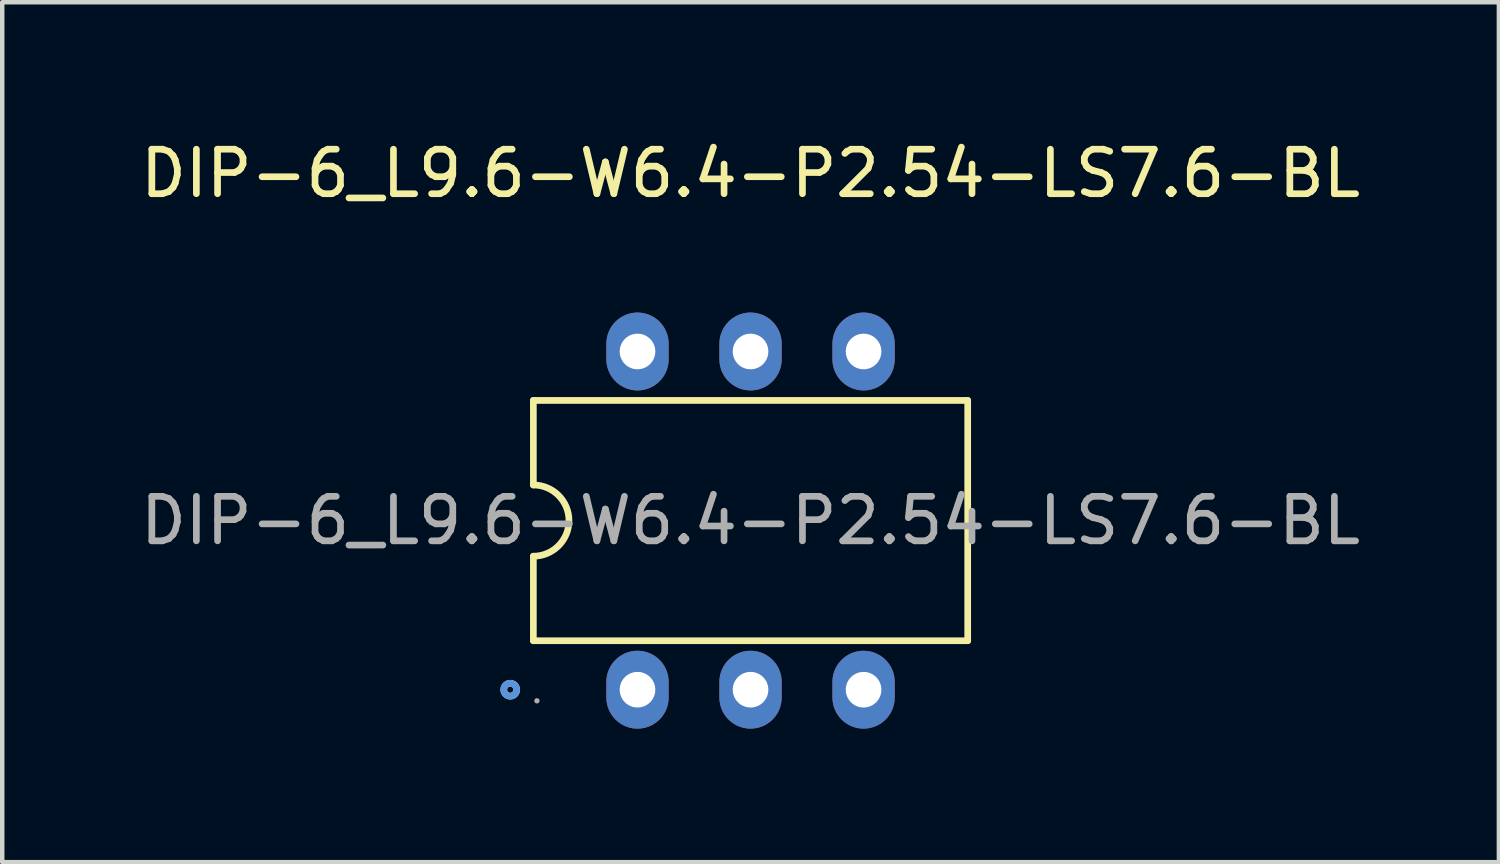
<source format=kicad_pcb>
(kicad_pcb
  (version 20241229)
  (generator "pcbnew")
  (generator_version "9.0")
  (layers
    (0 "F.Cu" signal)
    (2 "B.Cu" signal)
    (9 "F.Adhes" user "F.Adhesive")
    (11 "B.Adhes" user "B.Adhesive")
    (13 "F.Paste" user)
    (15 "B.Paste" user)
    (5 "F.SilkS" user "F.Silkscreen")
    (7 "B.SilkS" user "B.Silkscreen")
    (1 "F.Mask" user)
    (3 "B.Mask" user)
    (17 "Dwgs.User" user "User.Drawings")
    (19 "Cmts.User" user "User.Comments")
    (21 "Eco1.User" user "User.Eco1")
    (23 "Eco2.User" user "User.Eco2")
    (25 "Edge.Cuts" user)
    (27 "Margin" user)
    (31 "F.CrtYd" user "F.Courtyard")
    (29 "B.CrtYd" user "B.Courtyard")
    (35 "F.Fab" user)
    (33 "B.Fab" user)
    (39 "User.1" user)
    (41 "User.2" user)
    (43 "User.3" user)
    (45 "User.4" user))
  (footprint "DIP-6_L9.6-W6.4-P2.54-LS7.6-BL"
    (layer "F.Cu")
    (at 13.815 8.648)
    (property "Reference" "DIP-6_L9.6-W6.4-P2.54-LS7.6-BL" (at 0 -7.8 0) (layer "F.SilkS") (effects (font (size 1 1) (thickness 0.15))))
    (attr smd)
    (fp_line (start -4.88 -2.7) (end -4.88 -0.8) (stroke (width 0.15) (type solid)) (layer "F.SilkS"))
    (fp_line (start -4.88 0.8) (end -4.88 2.7) (stroke (width 0.15) (type solid)) (layer "F.SilkS"))
    (fp_line (start -4.88 2.7) (end 4.88 2.7) (stroke (width 0.15) (type solid)) (layer "F.SilkS"))
    (fp_line (start 4.88 -2.7) (end -4.88 -2.7) (stroke (width 0.15) (type solid)) (layer "F.SilkS"))
    (fp_line (start 4.88 2.7) (end 4.88 -2.7) (stroke (width 0.15) (type solid)) (layer "F.SilkS"))
    (fp_arc (start -4.88 -0.8) (mid -4.08 0) (end -4.88 0.8) (stroke (width 0.15) (type solid)) (layer "F.SilkS"))
    (fp_circle (center -5.4 3.8) (end -5.33 3.8) (stroke (width 0.15) (type solid)) (fill no) (layer "F.SilkS"))
    (fp_circle (center -5.4 3.8) (end -5.33 3.8) (stroke (width 0.15) (type solid)) (fill no) (layer "Cmts.User"))
    (fp_circle (center -4.8 4.05) (end -4.77 4.05) (stroke (width 0.06) (type solid)) (fill no) (layer "F.Fab"))
    (fp_circle (center -2.54 -3.8) (end -2.42 -3.8) (stroke (width 0.25) (type solid)) (fill no) (layer "F.Fab"))
    (fp_circle (center -2.54 3.8) (end -2.42 3.8) (stroke (width 0.25) (type solid)) (fill no) (layer "F.Fab"))
    (fp_circle (center 0 -3.8) (end 0.12 -3.8) (stroke (width 0.25) (type solid)) (fill no) (layer "F.Fab"))
    (fp_circle (center 0 3.8) (end 0.12 3.8) (stroke (width 0.25) (type solid)) (fill no) (layer "F.Fab"))
    (fp_circle (center 2.54 -3.8) (end 2.66 -3.8) (stroke (width 0.25) (type solid)) (fill no) (layer "F.Fab"))
    (fp_circle (center 2.54 3.8) (end 2.66 3.8) (stroke (width 0.25) (type solid)) (fill no) (layer "F.Fab"))
    (fp_text user "${REFERENCE}" (at 0 0 0) (layer "F.Fab") (effects (font (size 1 1) (thickness 0.15))))
    (pad "1" thru_hole oval (at -2.54 3.8) (size 1.4 1.75) (drill 0.8) (layers "*.Cu" "*.Mask"))
    (pad "2" thru_hole oval (at 0 3.8) (size 1.4 1.75) (drill 0.8) (layers "*.Cu" "*.Mask"))
    (pad "3" thru_hole oval (at 2.54 3.8) (size 1.4 1.75) (drill 0.8) (layers "*.Cu" "*.Mask"))
    (pad "4" thru_hole oval (at 2.54 -3.8) (size 1.4 1.75) (drill 0.8) (layers "*.Cu" "*.Mask"))
    (pad "5" thru_hole oval (at 0 -3.8) (size 1.4 1.75) (drill 0.8) (layers "*.Cu" "*.Mask"))
    (pad "6" thru_hole oval (at -2.54 -3.8) (size 1.4 1.75) (drill 0.8) (layers "*.Cu" "*.Mask")))
  (gr_rect
    (start -3 -3)
    (end 30.631 16.323)
    (stroke (width 0.1) (type default))
    (fill no)
    (layer "Edge.Cuts")))
</source>
